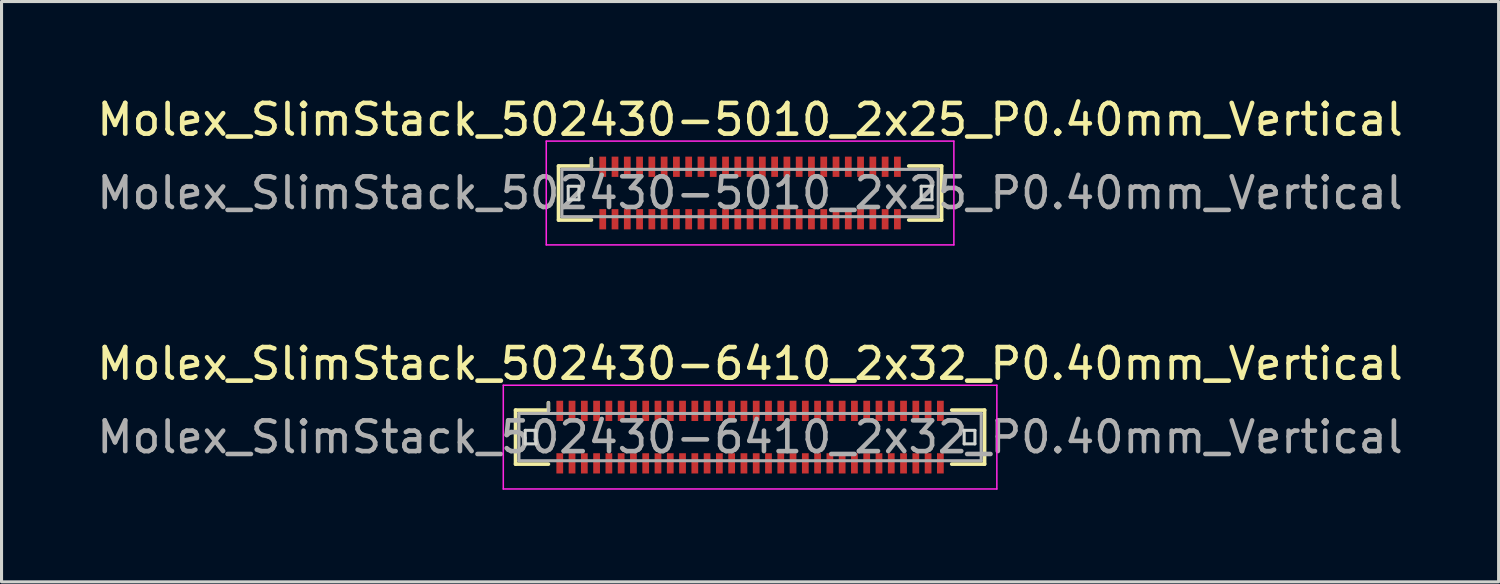
<source format=kicad_pcb>
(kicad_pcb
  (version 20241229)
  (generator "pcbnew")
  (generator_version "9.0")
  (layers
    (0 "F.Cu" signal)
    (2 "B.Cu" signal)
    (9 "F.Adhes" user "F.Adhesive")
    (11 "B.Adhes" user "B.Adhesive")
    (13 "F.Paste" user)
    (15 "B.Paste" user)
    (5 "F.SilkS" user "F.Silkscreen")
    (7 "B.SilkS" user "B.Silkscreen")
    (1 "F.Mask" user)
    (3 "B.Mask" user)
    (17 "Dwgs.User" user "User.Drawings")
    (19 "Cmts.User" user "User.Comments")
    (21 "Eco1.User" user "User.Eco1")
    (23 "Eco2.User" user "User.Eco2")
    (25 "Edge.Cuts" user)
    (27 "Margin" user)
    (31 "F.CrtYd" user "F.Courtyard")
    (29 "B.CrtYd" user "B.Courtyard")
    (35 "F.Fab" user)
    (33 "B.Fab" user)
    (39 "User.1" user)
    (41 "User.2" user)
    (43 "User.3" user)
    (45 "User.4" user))
  (footprint "Molex_SlimStack_502430-5010_2x25_P0.40mm_Vertical"
    (layer "F.Cu")
    (at 21.387 3.238)
    (property "Reference" "Molex_SlimStack_502430-5010_2x25_P0.40mm_Vertical" (at 0 -2.39 0) (layer "F.SilkS") (effects (font (size 1 1) (thickness 0.15))))
    (attr smd)
    (fp_line (start -6.24 -0.88) (end -5.17 -0.88) (stroke (width 0.12) (type solid)) (layer "F.SilkS"))
    (fp_line (start -6.24 0.88) (end -6.24 -0.88) (stroke (width 0.12) (type solid)) (layer "F.SilkS"))
    (fp_line (start -5.17 -0.88) (end -5.17 -1.12) (stroke (width 0.12) (type solid)) (layer "F.SilkS"))
    (fp_line (start -5.17 0.88) (end -6.24 0.88) (stroke (width 0.12) (type solid)) (layer "F.SilkS"))
    (fp_line (start 5.17 0.88) (end 6.24 0.88) (stroke (width 0.12) (type solid)) (layer "F.SilkS"))
    (fp_line (start 6.24 -0.88) (end 5.17 -0.88) (stroke (width 0.12) (type solid)) (layer "F.SilkS"))
    (fp_line (start 6.24 0.88) (end 6.24 -0.88) (stroke (width 0.12) (type solid)) (layer "F.SilkS"))
    (fp_line (start -5.925 -0.22) (end -5.925 0.22) (stroke (width 0.1) (type solid)) (layer "Edge.Cuts"))
    (fp_line (start -5.925 0.22) (end -5.575 0.22) (stroke (width 0.1) (type solid)) (layer "Edge.Cuts"))
    (fp_line (start -5.575 -0.22) (end -5.925 -0.22) (stroke (width 0.1) (type solid)) (layer "Edge.Cuts"))
    (fp_line (start -5.575 0.22) (end -5.575 -0.22) (stroke (width 0.1) (type solid)) (layer "Edge.Cuts"))
    (fp_line (start 5.575 -0.22) (end 5.575 0.22) (stroke (width 0.1) (type solid)) (layer "Edge.Cuts"))
    (fp_line (start 5.575 0.22) (end 5.925 0.22) (stroke (width 0.1) (type solid)) (layer "Edge.Cuts"))
    (fp_line (start 5.925 -0.22) (end 5.575 -0.22) (stroke (width 0.1) (type solid)) (layer "Edge.Cuts"))
    (fp_line (start 5.925 0.22) (end 5.925 -0.22) (stroke (width 0.1) (type solid)) (layer "Edge.Cuts"))
    (fp_line (start -6.64 -1.69) (end -6.64 1.69) (stroke (width 0.05) (type solid)) (layer "F.CrtYd"))
    (fp_line (start -6.64 1.69) (end 6.64 1.69) (stroke (width 0.05) (type solid)) (layer "F.CrtYd"))
    (fp_line (start 6.64 -1.69) (end -6.64 -1.69) (stroke (width 0.05) (type solid)) (layer "F.CrtYd"))
    (fp_line (start 6.64 1.69) (end 6.64 -1.69) (stroke (width 0.05) (type solid)) (layer "F.CrtYd"))
    (fp_line (start -6.13 -0.77) (end -6.13 0.77) (stroke (width 0.1) (type solid)) (layer "F.Fab"))
    (fp_line (start -6.13 0.77) (end 6.13 0.77) (stroke (width 0.1) (type solid)) (layer "F.Fab"))
    (fp_line (start -5.17 -0.77) (end -5.17 -1.12) (stroke (width 0.1) (type solid)) (layer "F.Fab"))
    (fp_line (start 6.13 -0.77) (end -6.13 -0.77) (stroke (width 0.1) (type solid)) (layer "F.Fab"))
    (fp_line (start 6.13 0.77) (end 6.13 -0.77) (stroke (width 0.1) (type solid)) (layer "F.Fab"))
    (fp_text user "${REFERENCE}" (at 0 0 0) (layer "F.Fab") (effects (font (size 1 1) (thickness 0.15))))
    (pad "1" smd rect (at -4.8 -0.855) (size 0.22 0.66) (layers "F.Cu" "F.Mask" "F.Paste"))
    (pad "2" smd rect (at -4.8 0.855) (size 0.22 0.66) (layers "F.Cu" "F.Mask" "F.Paste"))
    (pad "3" smd rect (at -4.4 -0.855) (size 0.22 0.66) (layers "F.Cu" "F.Mask" "F.Paste"))
    (pad "4" smd rect (at -4.4 0.855) (size 0.22 0.66) (layers "F.Cu" "F.Mask" "F.Paste"))
    (pad "5" smd rect (at -4 -0.855) (size 0.22 0.66) (layers "F.Cu" "F.Mask" "F.Paste"))
    (pad "6" smd rect (at -4 0.855) (size 0.22 0.66) (layers "F.Cu" "F.Mask" "F.Paste"))
    (pad "7" smd rect (at -3.6 -0.855) (size 0.22 0.66) (layers "F.Cu" "F.Mask" "F.Paste"))
    (pad "8" smd rect (at -3.6 0.855) (size 0.22 0.66) (layers "F.Cu" "F.Mask" "F.Paste"))
    (pad "9" smd rect (at -3.2 -0.855) (size 0.22 0.66) (layers "F.Cu" "F.Mask" "F.Paste"))
    (pad "10" smd rect (at -3.2 0.855) (size 0.22 0.66) (layers "F.Cu" "F.Mask" "F.Paste"))
    (pad "11" smd rect (at -2.8 -0.855) (size 0.22 0.66) (layers "F.Cu" "F.Mask" "F.Paste"))
    (pad "12" smd rect (at -2.8 0.855) (size 0.22 0.66) (layers "F.Cu" "F.Mask" "F.Paste"))
    (pad "13" smd rect (at -2.4 -0.855) (size 0.22 0.66) (layers "F.Cu" "F.Mask" "F.Paste"))
    (pad "14" smd rect (at -2.4 0.855) (size 0.22 0.66) (layers "F.Cu" "F.Mask" "F.Paste"))
    (pad "15" smd rect (at -2 -0.855) (size 0.22 0.66) (layers "F.Cu" "F.Mask" "F.Paste"))
    (pad "16" smd rect (at -2 0.855) (size 0.22 0.66) (layers "F.Cu" "F.Mask" "F.Paste"))
    (pad "17" smd rect (at -1.6 -0.855) (size 0.22 0.66) (layers "F.Cu" "F.Mask" "F.Paste"))
    (pad "18" smd rect (at -1.6 0.855) (size 0.22 0.66) (layers "F.Cu" "F.Mask" "F.Paste"))
    (pad "19" smd rect (at -1.2 -0.855) (size 0.22 0.66) (layers "F.Cu" "F.Mask" "F.Paste"))
    (pad "20" smd rect (at -1.2 0.855) (size 0.22 0.66) (layers "F.Cu" "F.Mask" "F.Paste"))
    (pad "21" smd rect (at -0.8 -0.855) (size 0.22 0.66) (layers "F.Cu" "F.Mask" "F.Paste"))
    (pad "22" smd rect (at -0.8 0.855) (size 0.22 0.66) (layers "F.Cu" "F.Mask" "F.Paste"))
    (pad "23" smd rect (at -0.4 -0.855) (size 0.22 0.66) (layers "F.Cu" "F.Mask" "F.Paste"))
    (pad "24" smd rect (at -0.4 0.855) (size 0.22 0.66) (layers "F.Cu" "F.Mask" "F.Paste"))
    (pad "25" smd rect (at 0 -0.855) (size 0.22 0.66) (layers "F.Cu" "F.Mask" "F.Paste"))
    (pad "26" smd rect (at 0 0.855) (size 0.22 0.66) (layers "F.Cu" "F.Mask" "F.Paste"))
    (pad "27" smd rect (at 0.4 -0.855) (size 0.22 0.66) (layers "F.Cu" "F.Mask" "F.Paste"))
    (pad "28" smd rect (at 0.4 0.855) (size 0.22 0.66) (layers "F.Cu" "F.Mask" "F.Paste"))
    (pad "29" smd rect (at 0.8 -0.855) (size 0.22 0.66) (layers "F.Cu" "F.Mask" "F.Paste"))
    (pad "30" smd rect (at 0.8 0.855) (size 0.22 0.66) (layers "F.Cu" "F.Mask" "F.Paste"))
    (pad "31" smd rect (at 1.2 -0.855) (size 0.22 0.66) (layers "F.Cu" "F.Mask" "F.Paste"))
    (pad "32" smd rect (at 1.2 0.855) (size 0.22 0.66) (layers "F.Cu" "F.Mask" "F.Paste"))
    (pad "33" smd rect (at 1.6 -0.855) (size 0.22 0.66) (layers "F.Cu" "F.Mask" "F.Paste"))
    (pad "34" smd rect (at 1.6 0.855) (size 0.22 0.66) (layers "F.Cu" "F.Mask" "F.Paste"))
    (pad "35" smd rect (at 2 -0.855) (size 0.22 0.66) (layers "F.Cu" "F.Mask" "F.Paste"))
    (pad "36" smd rect (at 2 0.855) (size 0.22 0.66) (layers "F.Cu" "F.Mask" "F.Paste"))
    (pad "37" smd rect (at 2.4 -0.855) (size 0.22 0.66) (layers "F.Cu" "F.Mask" "F.Paste"))
    (pad "38" smd rect (at 2.4 0.855) (size 0.22 0.66) (layers "F.Cu" "F.Mask" "F.Paste"))
    (pad "39" smd rect (at 2.8 -0.855) (size 0.22 0.66) (layers "F.Cu" "F.Mask" "F.Paste"))
    (pad "40" smd rect (at 2.8 0.855) (size 0.22 0.66) (layers "F.Cu" "F.Mask" "F.Paste"))
    (pad "41" smd rect (at 3.2 -0.855) (size 0.22 0.66) (layers "F.Cu" "F.Mask" "F.Paste"))
    (pad "42" smd rect (at 3.2 0.855) (size 0.22 0.66) (layers "F.Cu" "F.Mask" "F.Paste"))
    (pad "43" smd rect (at 3.6 -0.855) (size 0.22 0.66) (layers "F.Cu" "F.Mask" "F.Paste"))
    (pad "44" smd rect (at 3.6 0.855) (size 0.22 0.66) (layers "F.Cu" "F.Mask" "F.Paste"))
    (pad "45" smd rect (at 4 -0.855) (size 0.22 0.66) (layers "F.Cu" "F.Mask" "F.Paste"))
    (pad "46" smd rect (at 4 0.855) (size 0.22 0.66) (layers "F.Cu" "F.Mask" "F.Paste"))
    (pad "47" smd rect (at 4.4 -0.855) (size 0.22 0.66) (layers "F.Cu" "F.Mask" "F.Paste"))
    (pad "48" smd rect (at 4.4 0.855) (size 0.22 0.66) (layers "F.Cu" "F.Mask" "F.Paste"))
    (pad "49" smd rect (at 4.8 -0.855) (size 0.22 0.66) (layers "F.Cu" "F.Mask" "F.Paste"))
    (pad "50" smd rect (at 4.8 0.855) (size 0.22 0.66) (layers "F.Cu" "F.Mask" "F.Paste")))
  (footprint "Molex_SlimStack_502430-6410_2x32_P0.40mm_Vertical"
    (layer "F.Cu")
    (at 21.387 11.191)
    (property "Reference" "Molex_SlimStack_502430-6410_2x32_P0.40mm_Vertical" (at 0 -2.39 0) (layer "F.SilkS") (effects (font (size 1 1) (thickness 0.15))))
    (attr smd)
    (fp_line (start -7.64 -0.88) (end -6.57 -0.88) (stroke (width 0.12) (type solid)) (layer "F.SilkS"))
    (fp_line (start -7.64 0.88) (end -7.64 -0.88) (stroke (width 0.12) (type solid)) (layer "F.SilkS"))
    (fp_line (start -6.57 -0.88) (end -6.57 -1.12) (stroke (width 0.12) (type solid)) (layer "F.SilkS"))
    (fp_line (start -6.57 0.88) (end -7.64 0.88) (stroke (width 0.12) (type solid)) (layer "F.SilkS"))
    (fp_line (start 6.57 0.88) (end 7.64 0.88) (stroke (width 0.12) (type solid)) (layer "F.SilkS"))
    (fp_line (start 7.64 -0.88) (end 6.57 -0.88) (stroke (width 0.12) (type solid)) (layer "F.SilkS"))
    (fp_line (start 7.64 0.88) (end 7.64 -0.88) (stroke (width 0.12) (type solid)) (layer "F.SilkS"))
    (fp_line (start -7.325 -0.22) (end -7.325 0.22) (stroke (width 0.1) (type solid)) (layer "Edge.Cuts"))
    (fp_line (start -7.325 0.22) (end -6.975 0.22) (stroke (width 0.1) (type solid)) (layer "Edge.Cuts"))
    (fp_line (start -6.975 -0.22) (end -7.325 -0.22) (stroke (width 0.1) (type solid)) (layer "Edge.Cuts"))
    (fp_line (start -6.975 0.22) (end -6.975 -0.22) (stroke (width 0.1) (type solid)) (layer "Edge.Cuts"))
    (fp_line (start 6.975 -0.22) (end 6.975 0.22) (stroke (width 0.1) (type solid)) (layer "Edge.Cuts"))
    (fp_line (start 6.975 0.22) (end 7.325 0.22) (stroke (width 0.1) (type solid)) (layer "Edge.Cuts"))
    (fp_line (start 7.325 -0.22) (end 6.975 -0.22) (stroke (width 0.1) (type solid)) (layer "Edge.Cuts"))
    (fp_line (start 7.325 0.22) (end 7.325 -0.22) (stroke (width 0.1) (type solid)) (layer "Edge.Cuts"))
    (fp_line (start -8.04 -1.69) (end -8.04 1.69) (stroke (width 0.05) (type solid)) (layer "F.CrtYd"))
    (fp_line (start -8.04 1.69) (end 8.04 1.69) (stroke (width 0.05) (type solid)) (layer "F.CrtYd"))
    (fp_line (start 8.04 -1.69) (end -8.04 -1.69) (stroke (width 0.05) (type solid)) (layer "F.CrtYd"))
    (fp_line (start 8.04 1.69) (end 8.04 -1.69) (stroke (width 0.05) (type solid)) (layer "F.CrtYd"))
    (fp_line (start -7.53 -0.77) (end -7.53 0.77) (stroke (width 0.1) (type solid)) (layer "F.Fab"))
    (fp_line (start -7.53 0.77) (end 7.53 0.77) (stroke (width 0.1) (type solid)) (layer "F.Fab"))
    (fp_line (start -6.57 -0.77) (end -6.57 -1.12) (stroke (width 0.1) (type solid)) (layer "F.Fab"))
    (fp_line (start 7.53 -0.77) (end -7.53 -0.77) (stroke (width 0.1) (type solid)) (layer "F.Fab"))
    (fp_line (start 7.53 0.77) (end 7.53 -0.77) (stroke (width 0.1) (type solid)) (layer "F.Fab"))
    (fp_text user "${REFERENCE}" (at 0 0 0) (layer "F.Fab") (effects (font (size 1 1) (thickness 0.15))))
    (pad "1" smd rect (at -6.2 -0.855) (size 0.22 0.66) (layers "F.Cu" "F.Mask" "F.Paste"))
    (pad "2" smd rect (at -6.2 0.855) (size 0.22 0.66) (layers "F.Cu" "F.Mask" "F.Paste"))
    (pad "3" smd rect (at -5.8 -0.855) (size 0.22 0.66) (layers "F.Cu" "F.Mask" "F.Paste"))
    (pad "4" smd rect (at -5.8 0.855) (size 0.22 0.66) (layers "F.Cu" "F.Mask" "F.Paste"))
    (pad "5" smd rect (at -5.4 -0.855) (size 0.22 0.66) (layers "F.Cu" "F.Mask" "F.Paste"))
    (pad "6" smd rect (at -5.4 0.855) (size 0.22 0.66) (layers "F.Cu" "F.Mask" "F.Paste"))
    (pad "7" smd rect (at -5 -0.855) (size 0.22 0.66) (layers "F.Cu" "F.Mask" "F.Paste"))
    (pad "8" smd rect (at -5 0.855) (size 0.22 0.66) (layers "F.Cu" "F.Mask" "F.Paste"))
    (pad "9" smd rect (at -4.6 -0.855) (size 0.22 0.66) (layers "F.Cu" "F.Mask" "F.Paste"))
    (pad "10" smd rect (at -4.6 0.855) (size 0.22 0.66) (layers "F.Cu" "F.Mask" "F.Paste"))
    (pad "11" smd rect (at -4.2 -0.855) (size 0.22 0.66) (layers "F.Cu" "F.Mask" "F.Paste"))
    (pad "12" smd rect (at -4.2 0.855) (size 0.22 0.66) (layers "F.Cu" "F.Mask" "F.Paste"))
    (pad "13" smd rect (at -3.8 -0.855) (size 0.22 0.66) (layers "F.Cu" "F.Mask" "F.Paste"))
    (pad "14" smd rect (at -3.8 0.855) (size 0.22 0.66) (layers "F.Cu" "F.Mask" "F.Paste"))
    (pad "15" smd rect (at -3.4 -0.855) (size 0.22 0.66) (layers "F.Cu" "F.Mask" "F.Paste"))
    (pad "16" smd rect (at -3.4 0.855) (size 0.22 0.66) (layers "F.Cu" "F.Mask" "F.Paste"))
    (pad "17" smd rect (at -3 -0.855) (size 0.22 0.66) (layers "F.Cu" "F.Mask" "F.Paste"))
    (pad "18" smd rect (at -3 0.855) (size 0.22 0.66) (layers "F.Cu" "F.Mask" "F.Paste"))
    (pad "19" smd rect (at -2.6 -0.855) (size 0.22 0.66) (layers "F.Cu" "F.Mask" "F.Paste"))
    (pad "20" smd rect (at -2.6 0.855) (size 0.22 0.66) (layers "F.Cu" "F.Mask" "F.Paste"))
    (pad "21" smd rect (at -2.2 -0.855) (size 0.22 0.66) (layers "F.Cu" "F.Mask" "F.Paste"))
    (pad "22" smd rect (at -2.2 0.855) (size 0.22 0.66) (layers "F.Cu" "F.Mask" "F.Paste"))
    (pad "23" smd rect (at -1.8 -0.855) (size 0.22 0.66) (layers "F.Cu" "F.Mask" "F.Paste"))
    (pad "24" smd rect (at -1.8 0.855) (size 0.22 0.66) (layers "F.Cu" "F.Mask" "F.Paste"))
    (pad "25" smd rect (at -1.4 -0.855) (size 0.22 0.66) (layers "F.Cu" "F.Mask" "F.Paste"))
    (pad "26" smd rect (at -1.4 0.855) (size 0.22 0.66) (layers "F.Cu" "F.Mask" "F.Paste"))
    (pad "27" smd rect (at -1 -0.855) (size 0.22 0.66) (layers "F.Cu" "F.Mask" "F.Paste"))
    (pad "28" smd rect (at -1 0.855) (size 0.22 0.66) (layers "F.Cu" "F.Mask" "F.Paste"))
    (pad "29" smd rect (at -0.6 -0.855) (size 0.22 0.66) (layers "F.Cu" "F.Mask" "F.Paste"))
    (pad "30" smd rect (at -0.6 0.855) (size 0.22 0.66) (layers "F.Cu" "F.Mask" "F.Paste"))
    (pad "31" smd rect (at -0.2 -0.855) (size 0.22 0.66) (layers "F.Cu" "F.Mask" "F.Paste"))
    (pad "32" smd rect (at -0.2 0.855) (size 0.22 0.66) (layers "F.Cu" "F.Mask" "F.Paste"))
    (pad "33" smd rect (at 0.2 -0.855) (size 0.22 0.66) (layers "F.Cu" "F.Mask" "F.Paste"))
    (pad "34" smd rect (at 0.2 0.855) (size 0.22 0.66) (layers "F.Cu" "F.Mask" "F.Paste"))
    (pad "35" smd rect (at 0.6 -0.855) (size 0.22 0.66) (layers "F.Cu" "F.Mask" "F.Paste"))
    (pad "36" smd rect (at 0.6 0.855) (size 0.22 0.66) (layers "F.Cu" "F.Mask" "F.Paste"))
    (pad "37" smd rect (at 1 -0.855) (size 0.22 0.66) (layers "F.Cu" "F.Mask" "F.Paste"))
    (pad "38" smd rect (at 1 0.855) (size 0.22 0.66) (layers "F.Cu" "F.Mask" "F.Paste"))
    (pad "39" smd rect (at 1.4 -0.855) (size 0.22 0.66) (layers "F.Cu" "F.Mask" "F.Paste"))
    (pad "40" smd rect (at 1.4 0.855) (size 0.22 0.66) (layers "F.Cu" "F.Mask" "F.Paste"))
    (pad "41" smd rect (at 1.8 -0.855) (size 0.22 0.66) (layers "F.Cu" "F.Mask" "F.Paste"))
    (pad "42" smd rect (at 1.8 0.855) (size 0.22 0.66) (layers "F.Cu" "F.Mask" "F.Paste"))
    (pad "43" smd rect (at 2.2 -0.855) (size 0.22 0.66) (layers "F.Cu" "F.Mask" "F.Paste"))
    (pad "44" smd rect (at 2.2 0.855) (size 0.22 0.66) (layers "F.Cu" "F.Mask" "F.Paste"))
    (pad "45" smd rect (at 2.6 -0.855) (size 0.22 0.66) (layers "F.Cu" "F.Mask" "F.Paste"))
    (pad "46" smd rect (at 2.6 0.855) (size 0.22 0.66) (layers "F.Cu" "F.Mask" "F.Paste"))
    (pad "47" smd rect (at 3 -0.855) (size 0.22 0.66) (layers "F.Cu" "F.Mask" "F.Paste"))
    (pad "48" smd rect (at 3 0.855) (size 0.22 0.66) (layers "F.Cu" "F.Mask" "F.Paste"))
    (pad "49" smd rect (at 3.4 -0.855) (size 0.22 0.66) (layers "F.Cu" "F.Mask" "F.Paste"))
    (pad "50" smd rect (at 3.4 0.855) (size 0.22 0.66) (layers "F.Cu" "F.Mask" "F.Paste"))
    (pad "51" smd rect (at 3.8 -0.855) (size 0.22 0.66) (layers "F.Cu" "F.Mask" "F.Paste"))
    (pad "52" smd rect (at 3.8 0.855) (size 0.22 0.66) (layers "F.Cu" "F.Mask" "F.Paste"))
    (pad "53" smd rect (at 4.2 -0.855) (size 0.22 0.66) (layers "F.Cu" "F.Mask" "F.Paste"))
    (pad "54" smd rect (at 4.2 0.855) (size 0.22 0.66) (layers "F.Cu" "F.Mask" "F.Paste"))
    (pad "55" smd rect (at 4.6 -0.855) (size 0.22 0.66) (layers "F.Cu" "F.Mask" "F.Paste"))
    (pad "56" smd rect (at 4.6 0.855) (size 0.22 0.66) (layers "F.Cu" "F.Mask" "F.Paste"))
    (pad "57" smd rect (at 5 -0.855) (size 0.22 0.66) (layers "F.Cu" "F.Mask" "F.Paste"))
    (pad "58" smd rect (at 5 0.855) (size 0.22 0.66) (layers "F.Cu" "F.Mask" "F.Paste"))
    (pad "59" smd rect (at 5.4 -0.855) (size 0.22 0.66) (layers "F.Cu" "F.Mask" "F.Paste"))
    (pad "60" smd rect (at 5.4 0.855) (size 0.22 0.66) (layers "F.Cu" "F.Mask" "F.Paste"))
    (pad "61" smd rect (at 5.8 -0.855) (size 0.22 0.66) (layers "F.Cu" "F.Mask" "F.Paste"))
    (pad "62" smd rect (at 5.8 0.855) (size 0.22 0.66) (layers "F.Cu" "F.Mask" "F.Paste"))
    (pad "63" smd rect (at 6.2 -0.855) (size 0.22 0.66) (layers "F.Cu" "F.Mask" "F.Paste"))
    (pad "64" smd rect (at 6.2 0.855) (size 0.22 0.66) (layers "F.Cu" "F.Mask" "F.Paste")))
  (gr_rect
    (start -3 -3)
    (end 45.774 15.906)
    (stroke (width 0.1) (type default))
    (fill no)
    (layer "Edge.Cuts")))
</source>
